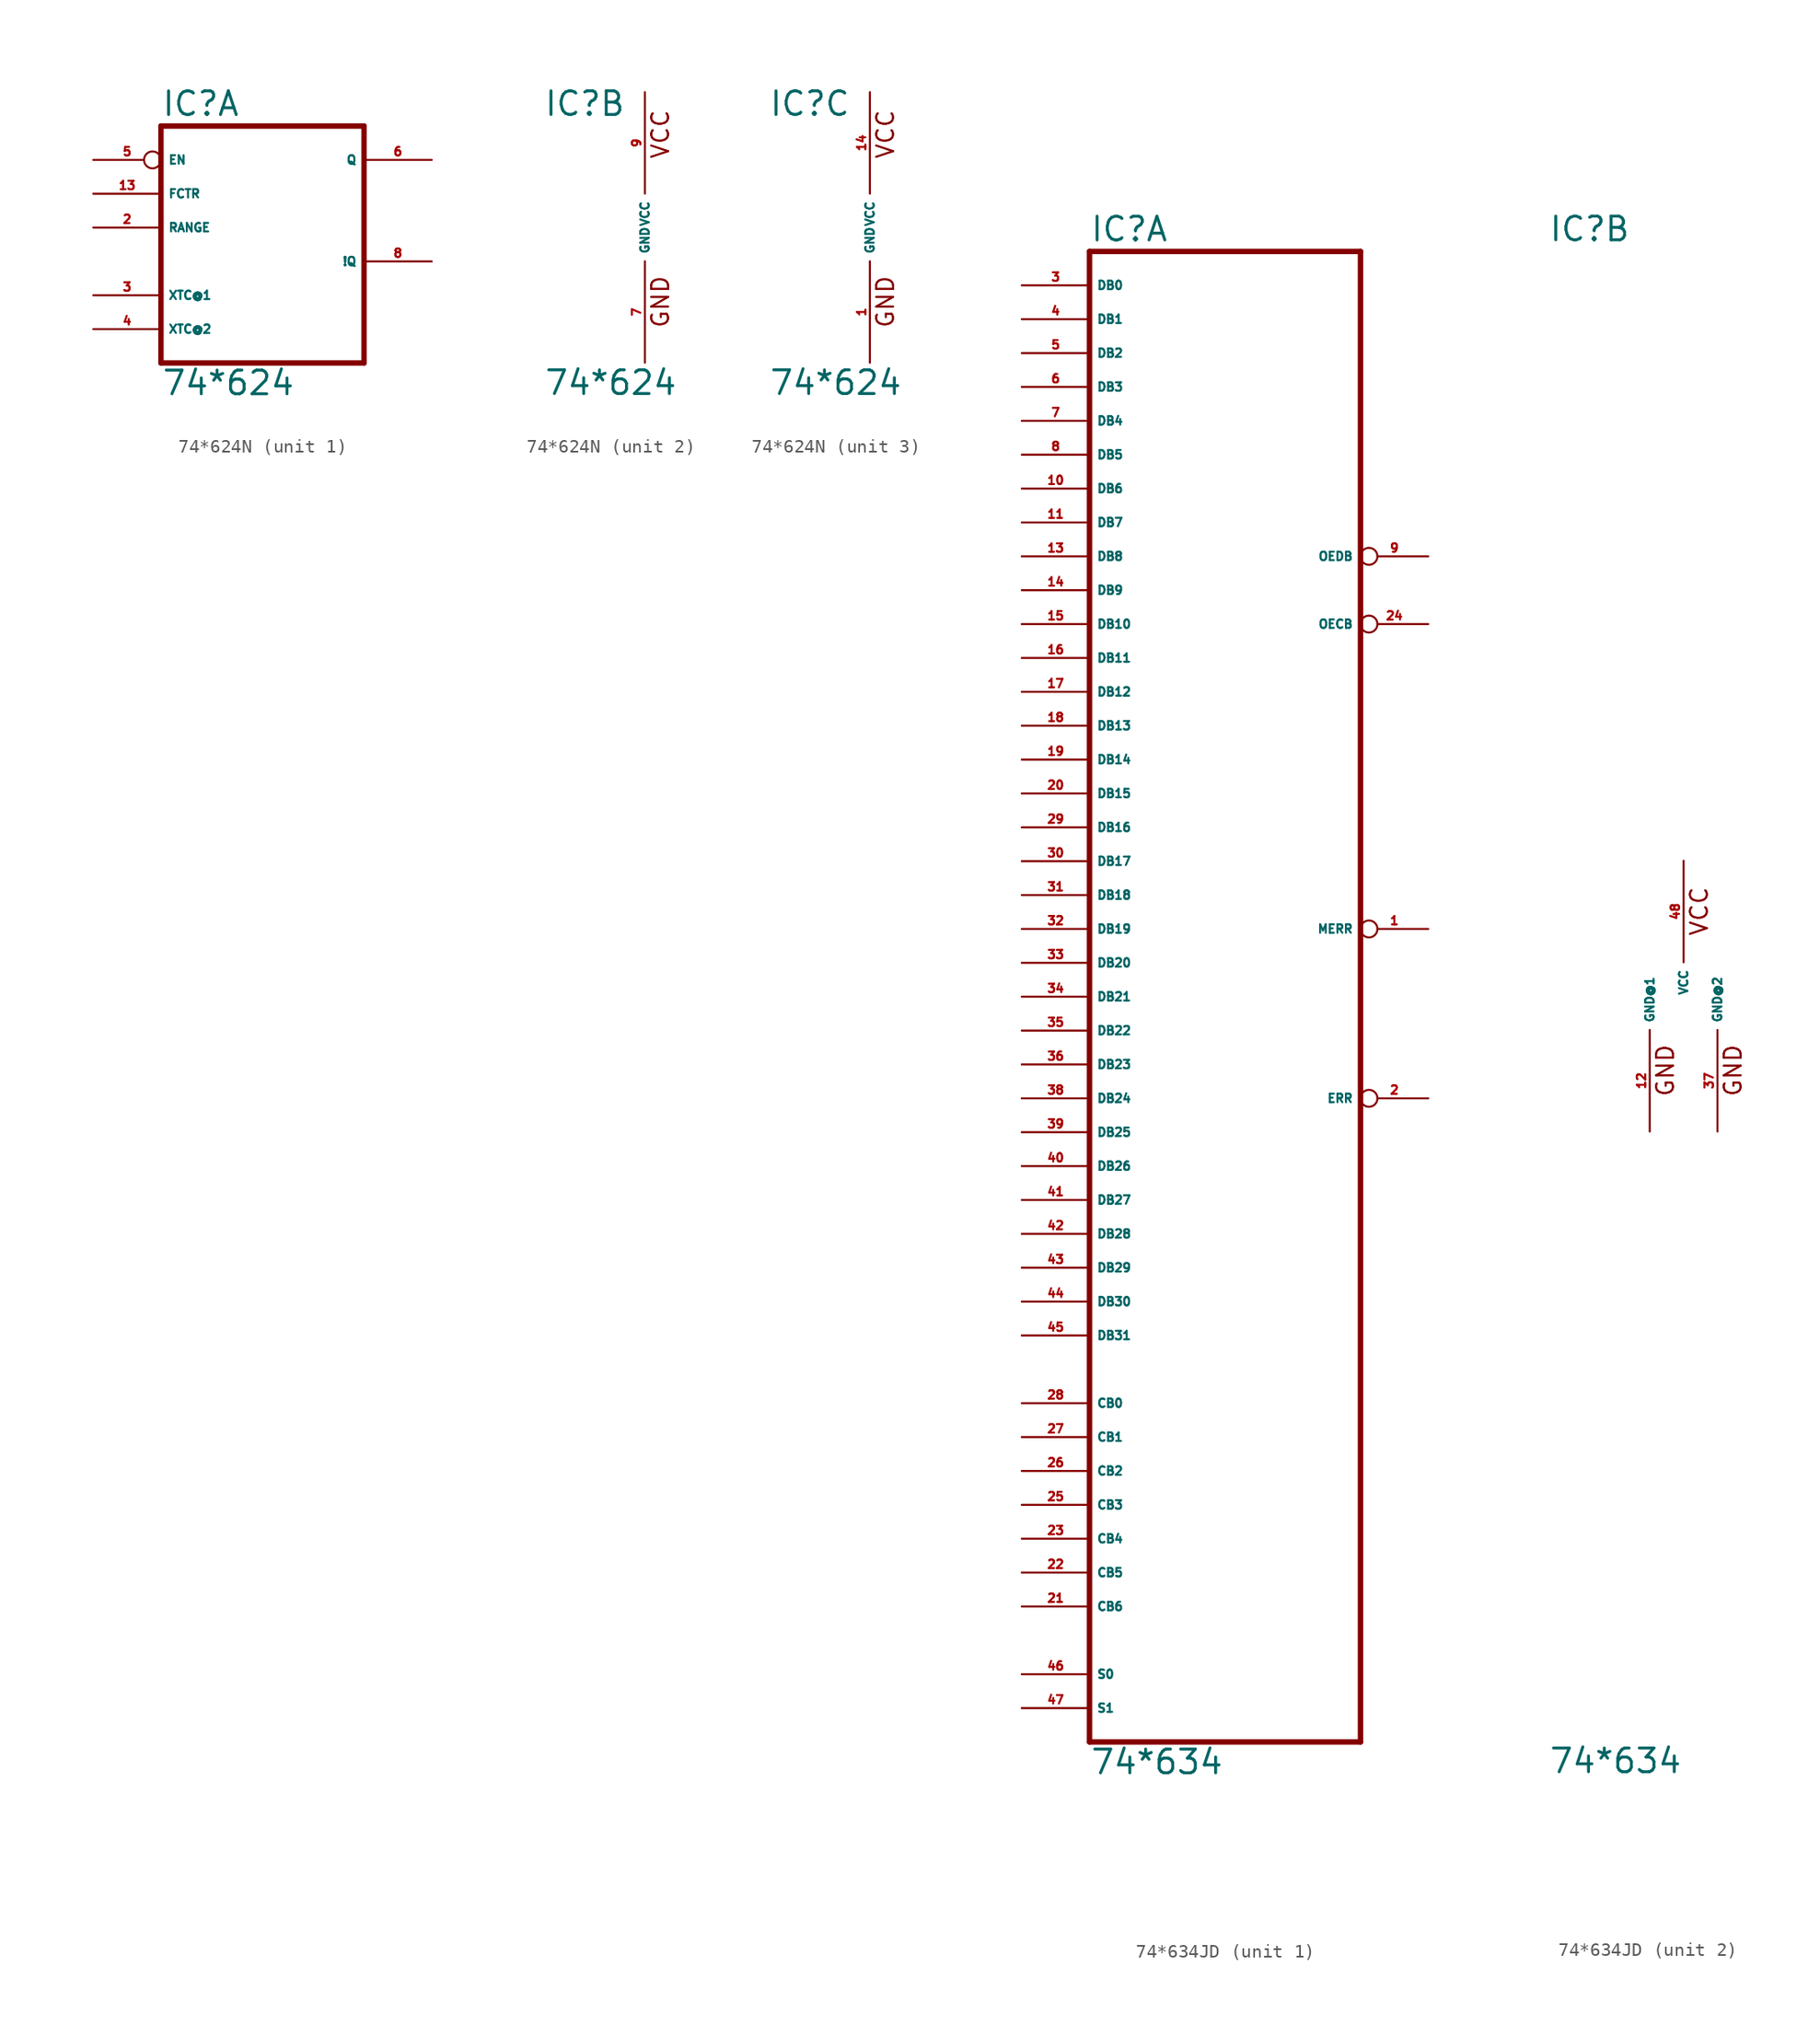
<source format=kicad_sym>
(kicad_symbol_lib
  (version 20220914)
  (generator Eagle2Kicad)
  (symbol "74*624N"
    (property "Reference" "IC"
      (at -7.62 8.255 0)
      (effects (font (size 1.778 1.778) (thickness 0.22)) (justify left bottom)))
    (property "Value" "74*624"
      (at -7.62 -12.7 0)
      (effects (font (size 1.778 1.778) (thickness 0.22)) (justify left bottom)))
    (symbol "74*624N_1_0"
      (polyline (pts (xy -7.62 -10.16) (xy 7.62 -10.16)) (stroke (width 0.406) (type default)) (fill (type none)))
      (polyline (pts (xy 7.62 -10.16) (xy 7.62 7.62)) (stroke (width 0.406) (type default)) (fill (type none)))
      (polyline (pts (xy 7.62 7.62) (xy -7.62 7.62)) (stroke (width 0.406) (type default)) (fill (type none)))
      (polyline (pts (xy -7.62 7.62) (xy -7.62 -10.16)) (stroke (width 0.406) (type default)) (fill (type none)))
      (pin input line (at -12.7 0 0) (length 5.08) (name "RANGE" (effects (font (size 0.635 0.635) (thickness 0.08)) (justify left bottom))) (number "2" (effects (font (size 0.635 0.635) (thickness 0.08)) (justify left bottom))))
      (pin passive line (at -12.7 -5.08 0) (length 5.08) (name "XTC@1" (effects (font (size 0.635 0.635) (thickness 0.08)) (justify left bottom))) (number "3" (effects (font (size 0.635 0.635) (thickness 0.08)) (justify left bottom))))
      (pin passive line (at -12.7 -7.62 0) (length 5.08) (name "XTC@2" (effects (font (size 0.635 0.635) (thickness 0.08)) (justify left bottom))) (number "4" (effects (font (size 0.635 0.635) (thickness 0.08)) (justify left bottom))))
      (pin input inverted (at -12.7 5.08 0) (length 5.08) (name "EN" (effects (font (size 0.635 0.635) (thickness 0.08)) (justify left bottom))) (number "5" (effects (font (size 0.635 0.635) (thickness 0.08)) (justify left bottom))))
      (pin input line (at -12.7 2.54 0) (length 5.08) (name "FCTR" (effects (font (size 0.635 0.635) (thickness 0.08)) (justify left bottom))) (number "13" (effects (font (size 0.635 0.635) (thickness 0.08)) (justify left bottom))))
      (pin output line (at 12.7 -2.54 180) (length 5.08) (name "!Q" (effects (font (size 0.635 0.635) (thickness 0.08)) (justify left bottom))) (number "8" (effects (font (size 0.635 0.635) (thickness 0.08)) (justify left bottom))))
      (pin output line (at 12.7 5.08 180) (length 5.08) (name "Q" (effects (font (size 0.635 0.635) (thickness 0.08)) (justify left bottom))) (number "6" (effects (font (size 0.635 0.635) (thickness 0.08)) (justify left bottom)))))
    (symbol "74*624N_2_0"
      (text "GND" (at 1.905 -7.62 900) (effects (font (size 1.27 1.27) (thickness 0.16)) (justify left bottom)))
      (text "VCC" (at 1.905 5.08 900) (effects (font (size 1.27 1.27) (thickness 0.16)) (justify left bottom)))
      (pin unspecified line (at 0 -10.16 90) (length 7.62) (name "GND" (effects (font (size 0.635 0.635) (thickness 0.08)) (justify left bottom))) (number "7" (effects (font (size 0.635 0.635) (thickness 0.08)) (justify left bottom))))
      (pin unspecified line (at 0 10.16 270) (length 7.62) (name "VCC" (effects (font (size 0.635 0.635) (thickness 0.08)) (justify left bottom))) (number "9" (effects (font (size 0.635 0.635) (thickness 0.08)) (justify left bottom)))))
    (symbol "74*624N_3_0"
      (text "GND" (at 1.905 -7.62 900) (effects (font (size 1.27 1.27) (thickness 0.16)) (justify left bottom)))
      (text "VCC" (at 1.905 5.08 900) (effects (font (size 1.27 1.27) (thickness 0.16)) (justify left bottom)))
      (pin unspecified line (at 0 -10.16 90) (length 7.62) (name "GND" (effects (font (size 0.635 0.635) (thickness 0.08)) (justify left bottom))) (number "1" (effects (font (size 0.635 0.635) (thickness 0.08)) (justify left bottom))))
      (pin unspecified line (at 0 10.16 270) (length 7.62) (name "VCC" (effects (font (size 0.635 0.635) (thickness 0.08)) (justify left bottom))) (number "14" (effects (font (size 0.635 0.635) (thickness 0.08)) (justify left bottom))))))
  (symbol "74*634JD"
    (property "Reference" "IC"
      (at -10.16 56.515 0)
      (effects (font (size 1.778 1.778) (thickness 0.22)) (justify left bottom)))
    (property "Value" "74*634"
      (at -10.16 -58.42 0)
      (effects (font (size 1.778 1.778) (thickness 0.22)) (justify left bottom)))
    (symbol "74*634JD_1_0"
      (polyline (pts (xy -10.16 -55.88) (xy 10.16 -55.88)) (stroke (width 0.406) (type default)) (fill (type none)))
      (polyline (pts (xy 10.16 -55.88) (xy 10.16 55.88)) (stroke (width 0.406) (type default)) (fill (type none)))
      (polyline (pts (xy 10.16 55.88) (xy -10.16 55.88)) (stroke (width 0.406) (type default)) (fill (type none)))
      (polyline (pts (xy -10.16 55.88) (xy -10.16 -55.88)) (stroke (width 0.406) (type default)) (fill (type none)))
      (pin output inverted (at 15.24 5.08 180) (length 5.08) (name "MERR" (effects (font (size 0.635 0.635) (thickness 0.08)) (justify left bottom))) (number "1" (effects (font (size 0.635 0.635) (thickness 0.08)) (justify left bottom))))
      (pin output inverted (at 15.24 -7.62 180) (length 5.08) (name "ERR" (effects (font (size 0.635 0.635) (thickness 0.08)) (justify left bottom))) (number "2" (effects (font (size 0.635 0.635) (thickness 0.08)) (justify left bottom))))
      (pin bidirectional line (at -15.24 53.34 0) (length 5.08) (name "DB0" (effects (font (size 0.635 0.635) (thickness 0.08)) (justify left bottom))) (number "3" (effects (font (size 0.635 0.635) (thickness 0.08)) (justify left bottom))))
      (pin bidirectional line (at -15.24 50.8 0) (length 5.08) (name "DB1" (effects (font (size 0.635 0.635) (thickness 0.08)) (justify left bottom))) (number "4" (effects (font (size 0.635 0.635) (thickness 0.08)) (justify left bottom))))
      (pin bidirectional line (at -15.24 48.26 0) (length 5.08) (name "DB2" (effects (font (size 0.635 0.635) (thickness 0.08)) (justify left bottom))) (number "5" (effects (font (size 0.635 0.635) (thickness 0.08)) (justify left bottom))))
      (pin bidirectional line (at -15.24 45.72 0) (length 5.08) (name "DB3" (effects (font (size 0.635 0.635) (thickness 0.08)) (justify left bottom))) (number "6" (effects (font (size 0.635 0.635) (thickness 0.08)) (justify left bottom))))
      (pin bidirectional line (at -15.24 43.18 0) (length 5.08) (name "DB4" (effects (font (size 0.635 0.635) (thickness 0.08)) (justify left bottom))) (number "7" (effects (font (size 0.635 0.635) (thickness 0.08)) (justify left bottom))))
      (pin bidirectional line (at -15.24 40.64 0) (length 5.08) (name "DB5" (effects (font (size 0.635 0.635) (thickness 0.08)) (justify left bottom))) (number "8" (effects (font (size 0.635 0.635) (thickness 0.08)) (justify left bottom))))
      (pin tri_state inverted (at 15.24 33.02 180) (length 5.08) (name "OEDB" (effects (font (size 0.635 0.635) (thickness 0.08)) (justify left bottom))) (number "9" (effects (font (size 0.635 0.635) (thickness 0.08)) (justify left bottom))))
      (pin bidirectional line (at -15.24 38.1 0) (length 5.08) (name "DB6" (effects (font (size 0.635 0.635) (thickness 0.08)) (justify left bottom))) (number "10" (effects (font (size 0.635 0.635) (thickness 0.08)) (justify left bottom))))
      (pin bidirectional line (at -15.24 35.56 0) (length 5.08) (name "DB7" (effects (font (size 0.635 0.635) (thickness 0.08)) (justify left bottom))) (number "11" (effects (font (size 0.635 0.635) (thickness 0.08)) (justify left bottom))))
      (pin bidirectional line (at -15.24 33.02 0) (length 5.08) (name "DB8" (effects (font (size 0.635 0.635) (thickness 0.08)) (justify left bottom))) (number "13" (effects (font (size 0.635 0.635) (thickness 0.08)) (justify left bottom))))
      (pin bidirectional line (at -15.24 30.48 0) (length 5.08) (name "DB9" (effects (font (size 0.635 0.635) (thickness 0.08)) (justify left bottom))) (number "14" (effects (font (size 0.635 0.635) (thickness 0.08)) (justify left bottom))))
      (pin bidirectional line (at -15.24 27.94 0) (length 5.08) (name "DB10" (effects (font (size 0.635 0.635) (thickness 0.08)) (justify left bottom))) (number "15" (effects (font (size 0.635 0.635) (thickness 0.08)) (justify left bottom))))
      (pin bidirectional line (at -15.24 25.4 0) (length 5.08) (name "DB11" (effects (font (size 0.635 0.635) (thickness 0.08)) (justify left bottom))) (number "16" (effects (font (size 0.635 0.635) (thickness 0.08)) (justify left bottom))))
      (pin bidirectional line (at -15.24 22.86 0) (length 5.08) (name "DB12" (effects (font (size 0.635 0.635) (thickness 0.08)) (justify left bottom))) (number "17" (effects (font (size 0.635 0.635) (thickness 0.08)) (justify left bottom))))
      (pin bidirectional line (at -15.24 20.32 0) (length 5.08) (name "DB13" (effects (font (size 0.635 0.635) (thickness 0.08)) (justify left bottom))) (number "18" (effects (font (size 0.635 0.635) (thickness 0.08)) (justify left bottom))))
      (pin bidirectional line (at -15.24 17.78 0) (length 5.08) (name "DB14" (effects (font (size 0.635 0.635) (thickness 0.08)) (justify left bottom))) (number "19" (effects (font (size 0.635 0.635) (thickness 0.08)) (justify left bottom))))
      (pin bidirectional line (at -15.24 15.24 0) (length 5.08) (name "DB15" (effects (font (size 0.635 0.635) (thickness 0.08)) (justify left bottom))) (number "20" (effects (font (size 0.635 0.635) (thickness 0.08)) (justify left bottom))))
      (pin bidirectional line (at -15.24 -45.72 0) (length 5.08) (name "CB6" (effects (font (size 0.635 0.635) (thickness 0.08)) (justify left bottom))) (number "21" (effects (font (size 0.635 0.635) (thickness 0.08)) (justify left bottom))))
      (pin bidirectional line (at -15.24 -43.18 0) (length 5.08) (name "CB5" (effects (font (size 0.635 0.635) (thickness 0.08)) (justify left bottom))) (number "22" (effects (font (size 0.635 0.635) (thickness 0.08)) (justify left bottom))))
      (pin bidirectional line (at -15.24 -40.64 0) (length 5.08) (name "CB4" (effects (font (size 0.635 0.635) (thickness 0.08)) (justify left bottom))) (number "23" (effects (font (size 0.635 0.635) (thickness 0.08)) (justify left bottom))))
      (pin tri_state inverted (at 15.24 27.94 180) (length 5.08) (name "OECB" (effects (font (size 0.635 0.635) (thickness 0.08)) (justify left bottom))) (number "24" (effects (font (size 0.635 0.635) (thickness 0.08)) (justify left bottom))))
      (pin bidirectional line (at -15.24 -38.1 0) (length 5.08) (name "CB3" (effects (font (size 0.635 0.635) (thickness 0.08)) (justify left bottom))) (number "25" (effects (font (size 0.635 0.635) (thickness 0.08)) (justify left bottom))))
      (pin bidirectional line (at -15.24 -35.56 0) (length 5.08) (name "CB2" (effects (font (size 0.635 0.635) (thickness 0.08)) (justify left bottom))) (number "26" (effects (font (size 0.635 0.635) (thickness 0.08)) (justify left bottom))))
      (pin bidirectional line (at -15.24 -33.02 0) (length 5.08) (name "CB1" (effects (font (size 0.635 0.635) (thickness 0.08)) (justify left bottom))) (number "27" (effects (font (size 0.635 0.635) (thickness 0.08)) (justify left bottom))))
      (pin bidirectional line (at -15.24 -30.48 0) (length 5.08) (name "CB0" (effects (font (size 0.635 0.635) (thickness 0.08)) (justify left bottom))) (number "28" (effects (font (size 0.635 0.635) (thickness 0.08)) (justify left bottom))))
      (pin bidirectional line (at -15.24 12.7 0) (length 5.08) (name "DB16" (effects (font (size 0.635 0.635) (thickness 0.08)) (justify left bottom))) (number "29" (effects (font (size 0.635 0.635) (thickness 0.08)) (justify left bottom))))
      (pin bidirectional line (at -15.24 10.16 0) (length 5.08) (name "DB17" (effects (font (size 0.635 0.635) (thickness 0.08)) (justify left bottom))) (number "30" (effects (font (size 0.635 0.635) (thickness 0.08)) (justify left bottom))))
      (pin bidirectional line (at -15.24 7.62 0) (length 5.08) (name "DB18" (effects (font (size 0.635 0.635) (thickness 0.08)) (justify left bottom))) (number "31" (effects (font (size 0.635 0.635) (thickness 0.08)) (justify left bottom))))
      (pin bidirectional line (at -15.24 5.08 0) (length 5.08) (name "DB19" (effects (font (size 0.635 0.635) (thickness 0.08)) (justify left bottom))) (number "32" (effects (font (size 0.635 0.635) (thickness 0.08)) (justify left bottom))))
      (pin bidirectional line (at -15.24 2.54 0) (length 5.08) (name "DB20" (effects (font (size 0.635 0.635) (thickness 0.08)) (justify left bottom))) (number "33" (effects (font (size 0.635 0.635) (thickness 0.08)) (justify left bottom))))
      (pin bidirectional line (at -15.24 0 0) (length 5.08) (name "DB21" (effects (font (size 0.635 0.635) (thickness 0.08)) (justify left bottom))) (number "34" (effects (font (size 0.635 0.635) (thickness 0.08)) (justify left bottom))))
      (pin bidirectional line (at -15.24 -2.54 0) (length 5.08) (name "DB22" (effects (font (size 0.635 0.635) (thickness 0.08)) (justify left bottom))) (number "35" (effects (font (size 0.635 0.635) (thickness 0.08)) (justify left bottom))))
      (pin bidirectional line (at -15.24 -5.08 0) (length 5.08) (name "DB23" (effects (font (size 0.635 0.635) (thickness 0.08)) (justify left bottom))) (number "36" (effects (font (size 0.635 0.635) (thickness 0.08)) (justify left bottom))))
      (pin bidirectional line (at -15.24 -7.62 0) (length 5.08) (name "DB24" (effects (font (size 0.635 0.635) (thickness 0.08)) (justify left bottom))) (number "38" (effects (font (size 0.635 0.635) (thickness 0.08)) (justify left bottom))))
      (pin bidirectional line (at -15.24 -10.16 0) (length 5.08) (name "DB25" (effects (font (size 0.635 0.635) (thickness 0.08)) (justify left bottom))) (number "39" (effects (font (size 0.635 0.635) (thickness 0.08)) (justify left bottom))))
      (pin bidirectional line (at -15.24 -12.7 0) (length 5.08) (name "DB26" (effects (font (size 0.635 0.635) (thickness 0.08)) (justify left bottom))) (number "40" (effects (font (size 0.635 0.635) (thickness 0.08)) (justify left bottom))))
      (pin bidirectional line (at -15.24 -15.24 0) (length 5.08) (name "DB27" (effects (font (size 0.635 0.635) (thickness 0.08)) (justify left bottom))) (number "41" (effects (font (size 0.635 0.635) (thickness 0.08)) (justify left bottom))))
      (pin bidirectional line (at -15.24 -17.78 0) (length 5.08) (name "DB28" (effects (font (size 0.635 0.635) (thickness 0.08)) (justify left bottom))) (number "42" (effects (font (size 0.635 0.635) (thickness 0.08)) (justify left bottom))))
      (pin bidirectional line (at -15.24 -20.32 0) (length 5.08) (name "DB29" (effects (font (size 0.635 0.635) (thickness 0.08)) (justify left bottom))) (number "43" (effects (font (size 0.635 0.635) (thickness 0.08)) (justify left bottom))))
      (pin bidirectional line (at -15.24 -22.86 0) (length 5.08) (name "DB30" (effects (font (size 0.635 0.635) (thickness 0.08)) (justify left bottom))) (number "44" (effects (font (size 0.635 0.635) (thickness 0.08)) (justify left bottom))))
      (pin bidirectional line (at -15.24 -25.4 0) (length 5.08) (name "DB31" (effects (font (size 0.635 0.635) (thickness 0.08)) (justify left bottom))) (number "45" (effects (font (size 0.635 0.635) (thickness 0.08)) (justify left bottom))))
      (pin input line (at -15.24 -50.8 0) (length 5.08) (name "S0" (effects (font (size 0.635 0.635) (thickness 0.08)) (justify left bottom))) (number "46" (effects (font (size 0.635 0.635) (thickness 0.08)) (justify left bottom))))
      (pin input line (at -15.24 -53.34 0) (length 5.08) (name "S1" (effects (font (size 0.635 0.635) (thickness 0.08)) (justify left bottom))) (number "47" (effects (font (size 0.635 0.635) (thickness 0.08)) (justify left bottom)))))
    (symbol "74*634JD_2_0"
      (text "VCC" (at 1.905 4.445 900) (effects (font (size 1.27 1.27) (thickness 0.16)) (justify left bottom)))
      (text "GND" (at -0.635 -7.62 900) (effects (font (size 1.27 1.27) (thickness 0.16)) (justify left bottom)))
      (text "GND" (at 4.445 -7.62 900) (effects (font (size 1.27 1.27) (thickness 0.16)) (justify left bottom)))
      (pin unspecified line (at 0 10.16 270) (length 7.62) (name "VCC" (effects (font (size 0.635 0.635) (thickness 0.08)) (justify left bottom))) (number "48" (effects (font (size 0.635 0.635) (thickness 0.08)) (justify left bottom))))
      (pin unspecified line (at 2.54 -10.16 90) (length 7.62) (name "GND@2" (effects (font (size 0.635 0.635) (thickness 0.08)) (justify left bottom))) (number "37" (effects (font (size 0.635 0.635) (thickness 0.08)) (justify left bottom))))
      (pin unspecified line (at -2.54 -10.16 90) (length 7.62) (name "GND@1" (effects (font (size 0.635 0.635) (thickness 0.08)) (justify left bottom))) (number "12" (effects (font (size 0.635 0.635) (thickness 0.08)) (justify left bottom)))))))
</source>
